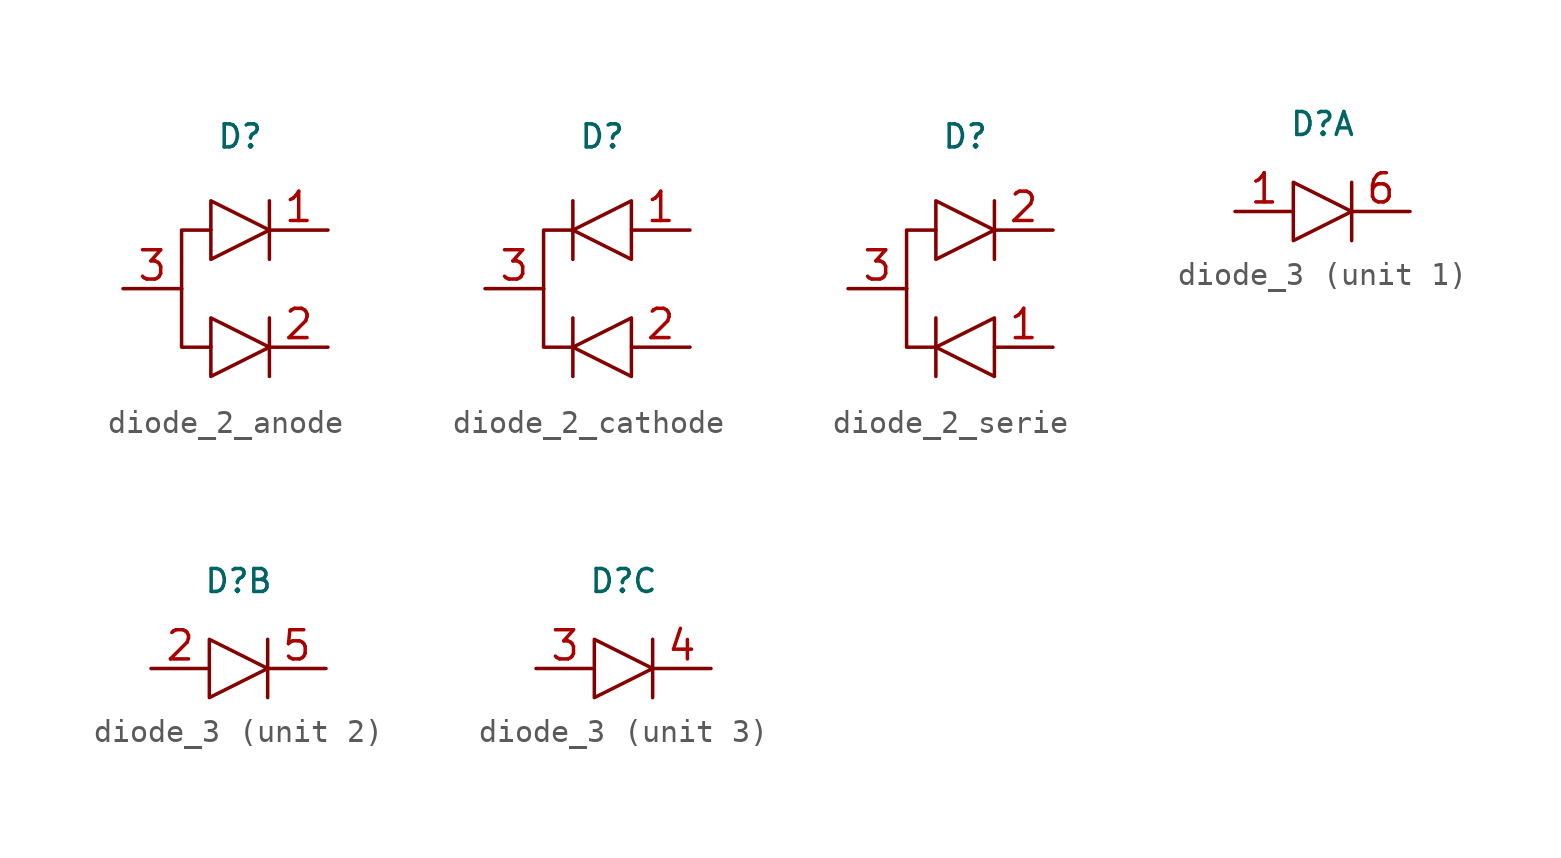
<source format=kicad_sym>
(kicad_symbol_lib
  (version 20231120)
  (generator "kicad_symbol_editor")
  (generator_version "8.0")
  (symbol "diode_2_anode"
    (pin_names hide)
    (property "Reference" "D"
      (at 0 6.604 0)
      (effects (font (size 1 1))))
    (symbol "diode_2_anode_0_1"
      (polyline (pts (xy 1.27 3.81) (xy 1.27 1.27)) (stroke (width 0) (type default)) (fill (type none)))
      (polyline (pts (xy -2.54 0) (xy -2.54 2.54) (xy -1.27 2.54)) (stroke (width 0) (type default)) (fill (type none)))
      (polyline (pts (xy -1.27 -2.54) (xy -2.54 -2.54) (xy -2.54 0)) (stroke (width 0) (type default)) (fill (type none)))
      (polyline (pts (xy -1.27 3.81) (xy -1.27 1.27) (xy 1.27 2.54) (xy -1.27 3.81)) (stroke (width 0) (type default)) (fill (type none))))
    (symbol "diode_2_anode_1_1"
      (polyline (pts (xy 1.27 -1.27) (xy 1.27 -3.81)) (stroke (width 0) (type default)) (fill (type none)))
      (polyline (pts (xy -1.27 -1.27) (xy -1.27 -3.81) (xy 1.27 -2.54) (xy -1.27 -1.27)) (stroke (width 0) (type default)) (fill (type none)))
      (pin output line (at 3.81 2.54 180) (length 2.54) (name "C1" (effects (font (size 1.27 1.27)))) (number "1" (effects (font (size 1.27 1.27)))))
      (pin output line (at 3.81 -2.54 180) (length 2.54) (name "C2" (effects (font (size 1.27 1.27)))) (number "2" (effects (font (size 1.27 1.27)))))
      (pin input line (at -5.08 0 0) (length 2.54) (name "A" (effects (font (size 1.27 1.27)))) (number "3" (effects (font (size 1.27 1.27)))))))
  (symbol "diode_2_cathode"
    (pin_names hide)
    (property "Reference" "D"
      (at 0 6.604 0)
      (effects (font (size 1 1))))
    (symbol "diode_2_cathode_0_1"
      (polyline (pts (xy -1.27 1.27) (xy -1.27 3.81)) (stroke (width 0) (type default)) (fill (type none)))
      (polyline (pts (xy -2.54 0) (xy -2.54 2.54) (xy -1.27 2.54)) (stroke (width 0) (type default)) (fill (type none)))
      (polyline (pts (xy -1.27 -2.54) (xy -2.54 -2.54) (xy -2.54 0)) (stroke (width 0) (type default)) (fill (type none)))
      (polyline (pts (xy 1.27 1.27) (xy 1.27 3.81) (xy -1.27 2.54) (xy 1.27 1.27)) (stroke (width 0) (type default)) (fill (type none))))
    (symbol "diode_2_cathode_1_1"
      (polyline (pts (xy -1.27 -3.81) (xy -1.27 -1.27)) (stroke (width 0) (type default)) (fill (type none)))
      (polyline (pts (xy 1.27 -3.81) (xy 1.27 -1.27) (xy -1.27 -2.54) (xy 1.27 -3.81)) (stroke (width 0) (type default)) (fill (type none)))
      (pin input line (at 3.81 2.54 180) (length 2.54) (name "A1" (effects (font (size 1.27 1.27)))) (number "1" (effects (font (size 1.27 1.27)))))
      (pin input line (at 3.81 -2.54 180) (length 2.54) (name "A2" (effects (font (size 1.27 1.27)))) (number "2" (effects (font (size 1.27 1.27)))))
      (pin output line (at -5.08 0 0) (length 2.54) (name "C" (effects (font (size 1.27 1.27)))) (number "3" (effects (font (size 1.27 1.27)))))))
  (symbol "diode_2_serie"
    (pin_names hide)
    (property "Reference" "D"
      (at 0 6.604 0)
      (effects (font (size 1 1))))
    (symbol "diode_2_serie_0_1"
      (polyline (pts (xy -1.27 -3.81) (xy -1.27 -1.27)) (stroke (width 0) (type default)) (fill (type none)))
      (polyline (pts (xy -2.54 0) (xy -2.54 2.54) (xy -1.27 2.54)) (stroke (width 0) (type default)) (fill (type none)))
      (polyline (pts (xy -1.27 -2.54) (xy -2.54 -2.54) (xy -2.54 0)) (stroke (width 0) (type default)) (fill (type none)))
      (polyline (pts (xy 1.27 -3.81) (xy 1.27 -1.27) (xy -1.27 -2.54) (xy 1.27 -3.81)) (stroke (width 0) (type default)) (fill (type none))))
    (symbol "diode_2_serie_1_1"
      (polyline (pts (xy 1.27 3.81) (xy 1.27 1.27)) (stroke (width 0) (type default)) (fill (type none)))
      (polyline (pts (xy -1.27 3.81) (xy -1.27 1.27) (xy 1.27 2.54) (xy -1.27 3.81)) (stroke (width 0) (type default)) (fill (type none)))
      (pin input line (at 3.81 -2.54 180) (length 2.54) (name "A" (effects (font (size 1.27 1.27)))) (number "1" (effects (font (size 1.27 1.27)))))
      (pin output line (at 3.81 2.54 180) (length 2.54) (name "C" (effects (font (size 1.27 1.27)))) (number "2" (effects (font (size 1.27 1.27)))))
      (pin bidirectional line (at -5.08 0 0) (length 2.54) (name "M" (effects (font (size 1.27 1.27)))) (number "3" (effects (font (size 1.27 1.27)))))))
  (symbol "diode_3"
    (pin_names hide)
    (property "Reference" "D"
      (at 0 3.81 0)
      (effects (font (size 1 1))))
    (property "ki_locked" ""
      (at 0 0 0)
      (effects (font (size 1.27 1.27))))
    (symbol "diode_3_0_1"
      (polyline (pts (xy 1.27 1.27) (xy 1.27 -1.27)) (stroke (width 0) (type default)) (fill (type none)))
      (polyline (pts (xy -1.27 1.27) (xy -1.27 -1.27) (xy 1.27 0) (xy -1.27 1.27)) (stroke (width 0) (type default)) (fill (type none))))
    (symbol "diode_3_1_1"
      (pin input line (at -3.81 0 0) (length 2.54) (name "A1" (effects (font (size 1.27 1.27)))) (number "1" (effects (font (size 1.27 1.27)))))
      (pin output line (at 3.81 0 180) (length 2.54) (name "C1" (effects (font (size 1.27 1.27)))) (number "6" (effects (font (size 1.27 1.27))))))
    (symbol "diode_3_2_1"
      (pin input line (at -3.81 0 0) (length 2.54) (name "A2" (effects (font (size 1.27 1.27)))) (number "2" (effects (font (size 1.27 1.27)))))
      (pin output line (at 3.81 0 180) (length 2.54) (name "C2" (effects (font (size 1.27 1.27)))) (number "5" (effects (font (size 1.27 1.27))))))
    (symbol "diode_3_3_1"
      (pin input line (at -3.81 0 0) (length 2.54) (name "A3" (effects (font (size 1.27 1.27)))) (number "3" (effects (font (size 1.27 1.27)))))
      (pin output line (at 3.81 0 180) (length 2.54) (name "C3" (effects (font (size 1.27 1.27)))) (number "4" (effects (font (size 1.27 1.27))))))))
</source>
